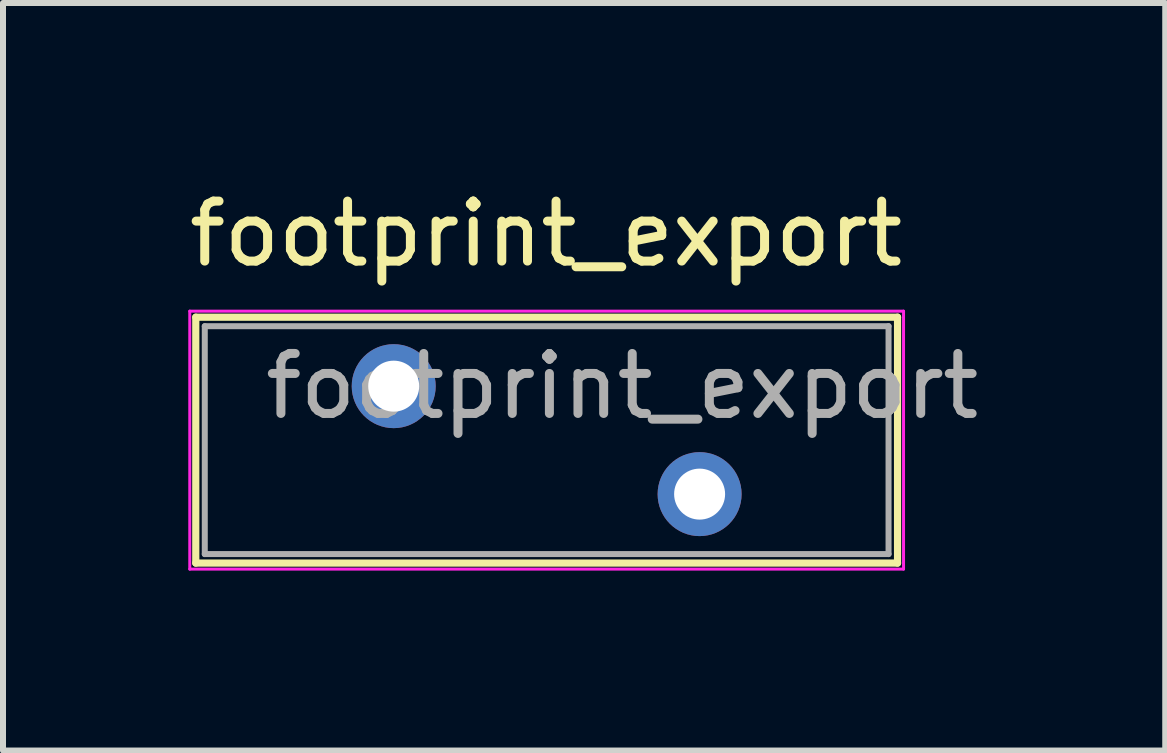
<source format=kicad_pcb>
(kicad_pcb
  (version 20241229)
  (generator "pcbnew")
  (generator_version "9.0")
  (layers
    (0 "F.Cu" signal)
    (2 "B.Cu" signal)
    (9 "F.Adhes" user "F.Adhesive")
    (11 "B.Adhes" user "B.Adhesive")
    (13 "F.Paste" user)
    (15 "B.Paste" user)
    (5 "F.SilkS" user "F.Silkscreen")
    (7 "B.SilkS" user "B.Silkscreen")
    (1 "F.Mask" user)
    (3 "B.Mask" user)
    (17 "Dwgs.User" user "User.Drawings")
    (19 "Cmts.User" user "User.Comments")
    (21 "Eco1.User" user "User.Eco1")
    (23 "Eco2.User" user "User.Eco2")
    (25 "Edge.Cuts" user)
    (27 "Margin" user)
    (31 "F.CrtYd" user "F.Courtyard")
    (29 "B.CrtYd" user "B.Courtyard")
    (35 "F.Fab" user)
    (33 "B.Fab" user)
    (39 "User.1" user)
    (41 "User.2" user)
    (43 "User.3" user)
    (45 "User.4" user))
  (footprint "footprint_export"
    (layer "F.Cu")
    (at 3.514 3.388)
    (property "Reference" "footprint_export" (at 2.54 -2.54 0) (layer "F.SilkS") (effects (font (size 1 1) (thickness 0.15))))
    (attr through_hole)
    (fp_line (start -3.3 -1.15) (end -3.3 2.95) (stroke (width 0.12) (type solid)) (layer "F.SilkS"))
    (fp_line (start -3.3 -1.15) (end 8.4 -1.15) (stroke (width 0.12) (type solid)) (layer "F.SilkS"))
    (fp_line (start -3.3 2.95) (end 8.4 2.95) (stroke (width 0.12) (type solid)) (layer "F.SilkS"))
    (fp_line (start 8.4 -1.15) (end 8.4 2.95) (stroke (width 0.12) (type solid)) (layer "F.SilkS"))
    (fp_line (start -3.4 -1.25) (end -3.4 3.05) (stroke (width 0.05) (type solid)) (layer "F.CrtYd"))
    (fp_line (start -3.4 -1.25) (end 8.5 -1.25) (stroke (width 0.05) (type solid)) (layer "F.CrtYd"))
    (fp_line (start -3.4 3.05) (end 8.5 3.05) (stroke (width 0.05) (type solid)) (layer "F.CrtYd"))
    (fp_line (start 8.5 -1.25) (end 8.5 3.05) (stroke (width 0.05) (type solid)) (layer "F.CrtYd"))
    (fp_line (start -3.15 -1) (end -3.15 2.8) (stroke (width 0.1) (type solid)) (layer "F.Fab"))
    (fp_line (start -3.15 -1) (end 8.25 -1) (stroke (width 0.1) (type solid)) (layer "F.Fab"))
    (fp_line (start -3.15 2.8) (end 8.25 2.8) (stroke (width 0.1) (type solid)) (layer "F.Fab"))
    (fp_line (start 8.25 -1) (end 8.25 2.8) (stroke (width 0.1) (type solid)) (layer "F.Fab"))
    (fp_text user "${REFERENCE}" (at 3.81 0 0) (layer "F.Fab") (effects (font (size 1 1) (thickness 0.15))))
    (pad "1" thru_hole circle (at 0 0) (size 1.4 1.4) (drill 0.85) (layers "*.Cu" "*.Mask"))
    (pad "2" thru_hole circle (at 5.1 1.8) (size 1.4 1.4) (drill 0.85) (layers "*.Cu" "*.Mask")))
  (gr_rect
    (start -3 -3)
    (end 16.377 9.463)
    (stroke (width 0.1) (type default))
    (fill no)
    (layer "Edge.Cuts")))
</source>
